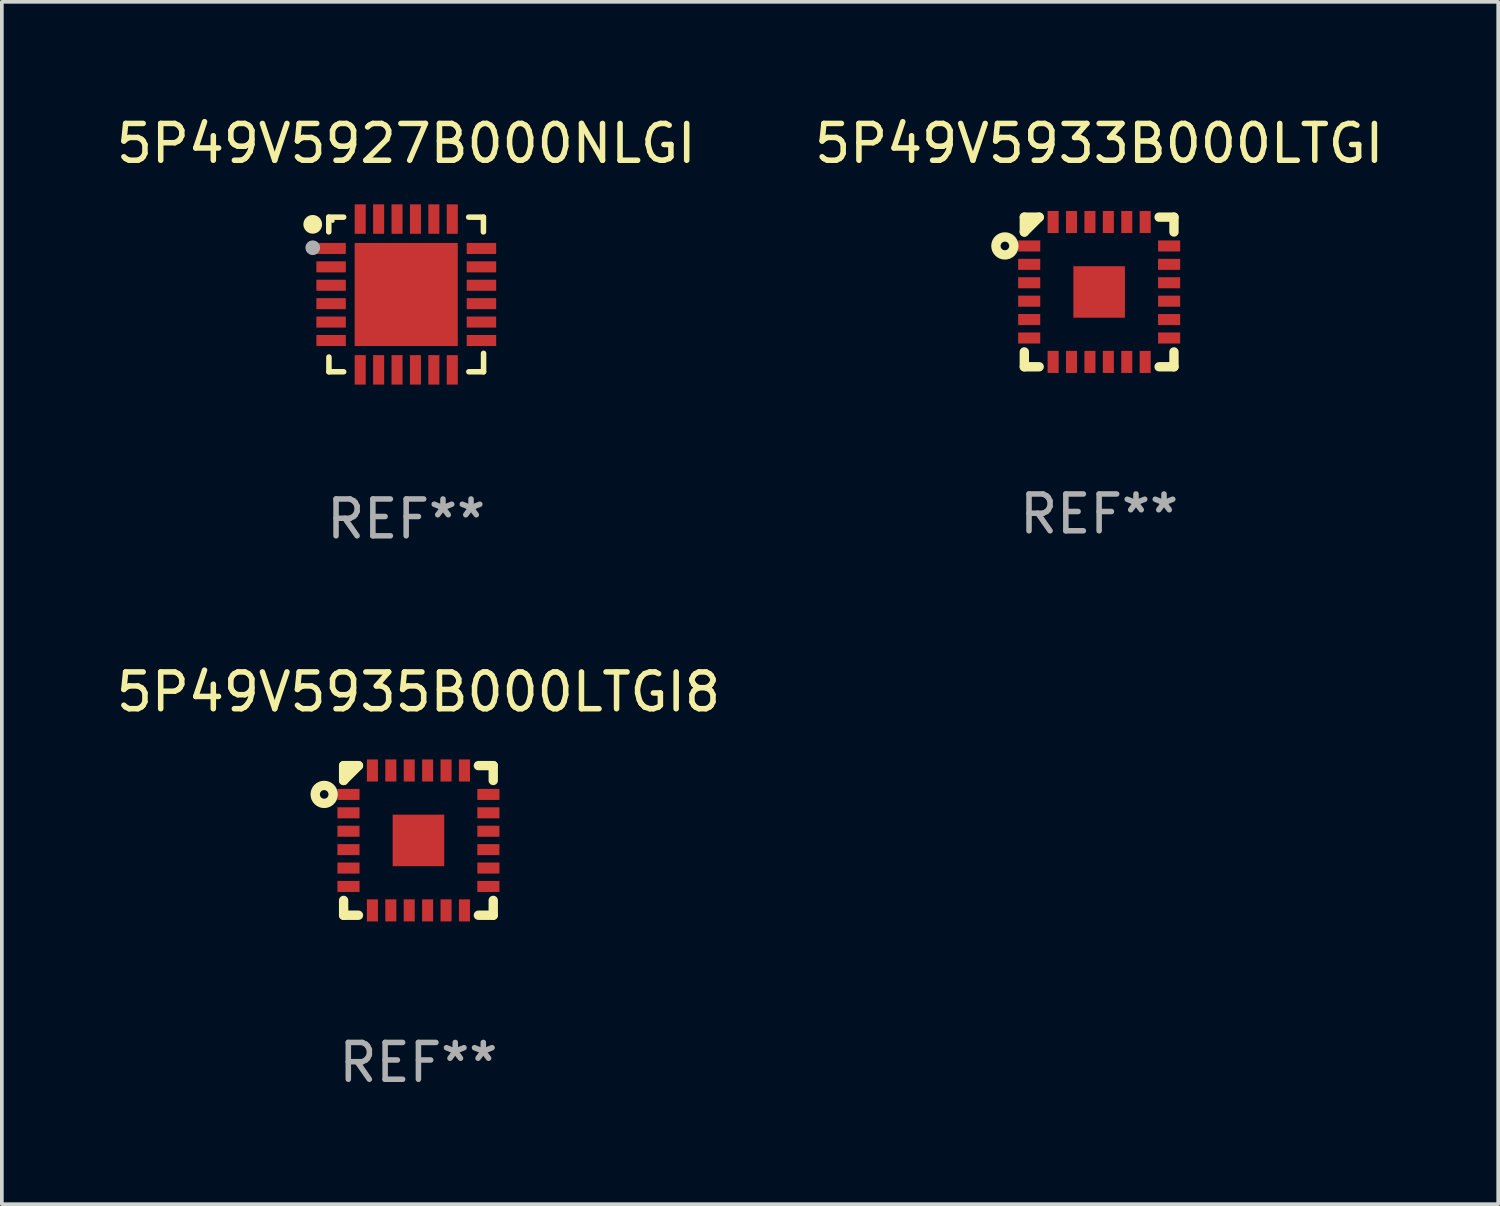
<source format=kicad_pcb>
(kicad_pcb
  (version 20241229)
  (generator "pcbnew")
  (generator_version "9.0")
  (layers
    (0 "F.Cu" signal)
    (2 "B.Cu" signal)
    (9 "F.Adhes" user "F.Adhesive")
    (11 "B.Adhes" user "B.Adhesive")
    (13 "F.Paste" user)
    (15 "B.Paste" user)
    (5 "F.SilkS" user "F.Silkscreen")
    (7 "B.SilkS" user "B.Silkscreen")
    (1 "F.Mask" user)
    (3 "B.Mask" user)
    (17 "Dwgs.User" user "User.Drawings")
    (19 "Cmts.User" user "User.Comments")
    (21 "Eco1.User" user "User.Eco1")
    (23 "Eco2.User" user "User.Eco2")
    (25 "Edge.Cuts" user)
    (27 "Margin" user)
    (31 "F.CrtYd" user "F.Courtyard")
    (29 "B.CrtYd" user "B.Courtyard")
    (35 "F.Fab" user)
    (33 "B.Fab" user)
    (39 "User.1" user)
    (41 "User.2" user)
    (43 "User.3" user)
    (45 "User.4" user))
  (footprint "5P49V5935B000LTGI8"
    (layer "F.Cu")
    (at 8.315 19.777)
    (property "Reference" "5P49V5935B000LTGI8" (at 0 -4.032 0) (layer "F.SilkS") (effects (font (size 1 1) (thickness 0.15))))
    (attr through_hole)
    (fp_line (start -2.032 -2.032) (end -2.032 -1.629) (stroke (width 0.254) (type solid)) (layer "F.SilkS"))
    (fp_line (start -2.032 -1.629) (end -1.629 -2.032) (stroke (width 0.254) (type solid)) (layer "F.SilkS"))
    (fp_line (start -2.032 1.629) (end -2.032 2.032) (stroke (width 0.254) (type solid)) (layer "F.SilkS"))
    (fp_line (start -2.032 2.032) (end -1.629 2.032) (stroke (width 0.254) (type solid)) (layer "F.SilkS"))
    (fp_line (start -1.629 -2.032) (end -2.032 -2.032) (stroke (width 0.254) (type solid)) (layer "F.SilkS"))
    (fp_line (start 1.629 2.032) (end 2.032 2.032) (stroke (width 0.254) (type solid)) (layer "F.SilkS"))
    (fp_line (start 2.032 -2.032) (end 1.629 -2.032) (stroke (width 0.254) (type solid)) (layer "F.SilkS"))
    (fp_line (start 2.032 -1.629) (end 2.032 -2.032) (stroke (width 0.254) (type solid)) (layer "F.SilkS"))
    (fp_line (start 2.032 2.032) (end 2.032 1.629) (stroke (width 0.254) (type solid)) (layer "F.SilkS"))
    (fp_circle (center -2.56 -1.25) (end -2.443 -1.25) (stroke (width 0.254) (type solid)) (fill no) (layer "F.SilkS"))
    (fp_text user "REF**" (at 0 6.032 0) (layer "F.Fab") (effects (font (size 1 1) (thickness 0.15))))
    (pad "1" smd rect (at -1.9 -1.25) (size 0.6 0.3) (layers "F.Cu" "F.Mask" "F.Paste"))
    (pad "2" smd rect (at -1.9 -0.75) (size 0.6 0.3) (layers "F.Cu" "F.Mask" "F.Paste"))
    (pad "3" smd rect (at -1.9 -0.25) (size 0.6 0.3) (layers "F.Cu" "F.Mask" "F.Paste"))
    (pad "4" smd rect (at -1.9 0.25) (size 0.6 0.3) (layers "F.Cu" "F.Mask" "F.Paste"))
    (pad "5" smd rect (at -1.9 0.75) (size 0.6 0.3) (layers "F.Cu" "F.Mask" "F.Paste"))
    (pad "6" smd rect (at -1.9 1.25) (size 0.6 0.3) (layers "F.Cu" "F.Mask" "F.Paste"))
    (pad "7" smd rect (at -1.25 1.9) (size 0.3 0.6) (layers "F.Cu" "F.Mask" "F.Paste"))
    (pad "8" smd rect (at -0.75 1.9) (size 0.3 0.6) (layers "F.Cu" "F.Mask" "F.Paste"))
    (pad "9" smd rect (at -0.25 1.9) (size 0.3 0.6) (layers "F.Cu" "F.Mask" "F.Paste"))
    (pad "10" smd rect (at 0.25 1.9) (size 0.3 0.6) (layers "F.Cu" "F.Mask" "F.Paste"))
    (pad "11" smd rect (at 0.75 1.9) (size 0.3 0.6) (layers "F.Cu" "F.Mask" "F.Paste"))
    (pad "12" smd rect (at 1.25 1.9) (size 0.3 0.6) (layers "F.Cu" "F.Mask" "F.Paste"))
    (pad "13" smd rect (at 1.9 1.25) (size 0.6 0.3) (layers "F.Cu" "F.Mask" "F.Paste"))
    (pad "14" smd rect (at 1.9 0.75) (size 0.6 0.3) (layers "F.Cu" "F.Mask" "F.Paste"))
    (pad "15" smd rect (at 1.9 0.25) (size 0.6 0.3) (layers "F.Cu" "F.Mask" "F.Paste"))
    (pad "16" smd rect (at 1.9 -0.25) (size 0.6 0.3) (layers "F.Cu" "F.Mask" "F.Paste"))
    (pad "17" smd rect (at 1.9 -0.75) (size 0.6 0.3) (layers "F.Cu" "F.Mask" "F.Paste"))
    (pad "18" smd rect (at 1.9 -1.25) (size 0.6 0.3) (layers "F.Cu" "F.Mask" "F.Paste"))
    (pad "19" smd rect (at 1.25 -1.9) (size 0.3 0.6) (layers "F.Cu" "F.Mask" "F.Paste"))
    (pad "20" smd rect (at 0.75 -1.9) (size 0.3 0.6) (layers "F.Cu" "F.Mask" "F.Paste"))
    (pad "21" smd rect (at 0.25 -1.9) (size 0.3 0.6) (layers "F.Cu" "F.Mask" "F.Paste"))
    (pad "22" smd rect (at -0.25 -1.9) (size 0.3 0.6) (layers "F.Cu" "F.Mask" "F.Paste"))
    (pad "23" smd rect (at -0.75 -1.9) (size 0.3 0.6) (layers "F.Cu" "F.Mask" "F.Paste"))
    (pad "24" smd rect (at -1.25 -1.9) (size 0.3 0.6) (layers "F.Cu" "F.Mask" "F.Paste"))
    (pad "25" smd rect (at -0.000025 0.000051) (size 1.4 1.4) (layers "F.Cu" "F.Mask" "F.Paste")))
  (footprint "5P49V5933B000LTGI"
    (layer "F.Cu")
    (at 26.804 4.88)
    (property "Reference" "5P49V5933B000LTGI" (at 0 -4.032 0) (layer "F.SilkS") (effects (font (size 1 1) (thickness 0.15))))
    (attr through_hole)
    (fp_line (start -2.032 -2.032) (end -2.032 -1.629) (stroke (width 0.254) (type solid)) (layer "F.SilkS"))
    (fp_line (start -2.032 -1.629) (end -1.629 -2.032) (stroke (width 0.254) (type solid)) (layer "F.SilkS"))
    (fp_line (start -2.032 1.629) (end -2.032 2.032) (stroke (width 0.254) (type solid)) (layer "F.SilkS"))
    (fp_line (start -2.032 2.032) (end -1.629 2.032) (stroke (width 0.254) (type solid)) (layer "F.SilkS"))
    (fp_line (start -1.629 -2.032) (end -2.032 -2.032) (stroke (width 0.254) (type solid)) (layer "F.SilkS"))
    (fp_line (start 1.629 2.032) (end 2.032 2.032) (stroke (width 0.254) (type solid)) (layer "F.SilkS"))
    (fp_line (start 2.032 -2.032) (end 1.629 -2.032) (stroke (width 0.254) (type solid)) (layer "F.SilkS"))
    (fp_line (start 2.032 -1.629) (end 2.032 -2.032) (stroke (width 0.254) (type solid)) (layer "F.SilkS"))
    (fp_line (start 2.032 2.032) (end 2.032 1.629) (stroke (width 0.254) (type solid)) (layer "F.SilkS"))
    (fp_circle (center -2.56 -1.25) (end -2.443 -1.25) (stroke (width 0.254) (type solid)) (fill no) (layer "F.SilkS"))
    (fp_text user "REF**" (at 0 6.032 0) (layer "F.Fab") (effects (font (size 1 1) (thickness 0.15))))
    (pad "1" smd rect (at -1.9 -1.25) (size 0.6 0.3) (layers "F.Cu" "F.Mask" "F.Paste"))
    (pad "2" smd rect (at -1.9 -0.75) (size 0.6 0.3) (layers "F.Cu" "F.Mask" "F.Paste"))
    (pad "3" smd rect (at -1.9 -0.25) (size 0.6 0.3) (layers "F.Cu" "F.Mask" "F.Paste"))
    (pad "4" smd rect (at -1.9 0.25) (size 0.6 0.3) (layers "F.Cu" "F.Mask" "F.Paste"))
    (pad "5" smd rect (at -1.9 0.75) (size 0.6 0.3) (layers "F.Cu" "F.Mask" "F.Paste"))
    (pad "6" smd rect (at -1.9 1.25) (size 0.6 0.3) (layers "F.Cu" "F.Mask" "F.Paste"))
    (pad "7" smd rect (at -1.25 1.9) (size 0.3 0.6) (layers "F.Cu" "F.Mask" "F.Paste"))
    (pad "8" smd rect (at -0.75 1.9) (size 0.3 0.6) (layers "F.Cu" "F.Mask" "F.Paste"))
    (pad "9" smd rect (at -0.25 1.9) (size 0.3 0.6) (layers "F.Cu" "F.Mask" "F.Paste"))
    (pad "10" smd rect (at 0.25 1.9) (size 0.3 0.6) (layers "F.Cu" "F.Mask" "F.Paste"))
    (pad "11" smd rect (at 0.75 1.9) (size 0.3 0.6) (layers "F.Cu" "F.Mask" "F.Paste"))
    (pad "12" smd rect (at 1.25 1.9) (size 0.3 0.6) (layers "F.Cu" "F.Mask" "F.Paste"))
    (pad "13" smd rect (at 1.9 1.25) (size 0.6 0.3) (layers "F.Cu" "F.Mask" "F.Paste"))
    (pad "14" smd rect (at 1.9 0.75) (size 0.6 0.3) (layers "F.Cu" "F.Mask" "F.Paste"))
    (pad "15" smd rect (at 1.9 0.25) (size 0.6 0.3) (layers "F.Cu" "F.Mask" "F.Paste"))
    (pad "16" smd rect (at 1.9 -0.25) (size 0.6 0.3) (layers "F.Cu" "F.Mask" "F.Paste"))
    (pad "17" smd rect (at 1.9 -0.75) (size 0.6 0.3) (layers "F.Cu" "F.Mask" "F.Paste"))
    (pad "18" smd rect (at 1.9 -1.25) (size 0.6 0.3) (layers "F.Cu" "F.Mask" "F.Paste"))
    (pad "19" smd rect (at 1.25 -1.9) (size 0.3 0.6) (layers "F.Cu" "F.Mask" "F.Paste"))
    (pad "20" smd rect (at 0.75 -1.9) (size 0.3 0.6) (layers "F.Cu" "F.Mask" "F.Paste"))
    (pad "21" smd rect (at 0.25 -1.9) (size 0.3 0.6) (layers "F.Cu" "F.Mask" "F.Paste"))
    (pad "22" smd rect (at -0.25 -1.9) (size 0.3 0.6) (layers "F.Cu" "F.Mask" "F.Paste"))
    (pad "23" smd rect (at -0.75 -1.9) (size 0.3 0.6) (layers "F.Cu" "F.Mask" "F.Paste"))
    (pad "24" smd rect (at -1.25 -1.9) (size 0.3 0.6) (layers "F.Cu" "F.Mask" "F.Paste"))
    (pad "25" smd rect (at -0.000025 0.000051) (size 1.4 1.4) (layers "F.Cu" "F.Mask" "F.Paste")))
  (footprint "5P49V5927B000NLGI"
    (layer "F.Cu")
    (at 7.982 4.948)
    (property "Reference" "5P49V5927B000NLGI" (at 0 -4.1 0) (layer "F.SilkS") (effects (font (size 1 1) (thickness 0.15))))
    (attr through_hole)
    (fp_line (start -2.102 -2.1) (end -1.698 -2.1) (stroke (width 0.15) (type solid)) (layer "F.SilkS"))
    (fp_line (start -2.102 -1.7) (end -2.102 -2.1) (stroke (width 0.15) (type solid)) (layer "F.SilkS"))
    (fp_line (start -2.098 1.7) (end -2.098 2.1) (stroke (width 0.15) (type solid)) (layer "F.SilkS"))
    (fp_line (start -2.098 2.1) (end -1.698 2.1) (stroke (width 0.15) (type solid)) (layer "F.SilkS"))
    (fp_line (start 1.698 -2.1) (end 2.098 -2.1) (stroke (width 0.15) (type solid)) (layer "F.SilkS"))
    (fp_line (start 2.098 -2.1) (end 2.098 -1.7) (stroke (width 0.15) (type solid)) (layer "F.SilkS"))
    (fp_line (start 2.102 1.6) (end 2.102 2.1) (stroke (width 0.15) (type solid)) (layer "F.SilkS"))
    (fp_line (start 2.102 2.1) (end 1.702 2.1) (stroke (width 0.15) (type solid)) (layer "F.SilkS"))
    (fp_circle (center -2.538 -1.905) (end -2.411 -1.905) (stroke (width 0.254) (type solid)) (fill no) (layer "F.SilkS"))
    (fp_circle (center -1.995 -1.996) (end -1.968 -1.996) (stroke (width 0.05) (type solid)) (fill no) (layer "F.SilkS"))
    (fp_circle (center -2.538 -1.27) (end -2.438 -1.27) (stroke (width 0.2) (type solid)) (fill no) (layer "F.Fab"))
    (fp_text user "REF**" (at 0 6.1 0) (layer "F.Fab") (effects (font (size 1 1) (thickness 0.15))))
    (pad "1" smd rect (at -2.039 -1.25) (size 0.8 0.3) (layers "F.Cu" "F.Mask" "F.Paste"))
    (pad "2" smd rect (at -2.039 -0.75) (size 0.8 0.3) (layers "F.Cu" "F.Mask" "F.Paste"))
    (pad "3" smd rect (at -2.039 -0.25) (size 0.8 0.3) (layers "F.Cu" "F.Mask" "F.Paste"))
    (pad "4" smd rect (at -2.039 0.25) (size 0.8 0.3) (layers "F.Cu" "F.Mask" "F.Paste"))
    (pad "5" smd rect (at -2.039 0.75) (size 0.8 0.3) (layers "F.Cu" "F.Mask" "F.Paste"))
    (pad "6" smd rect (at -2.039 1.25) (size 0.8 0.3) (layers "F.Cu" "F.Mask" "F.Paste"))
    (pad "7" smd rect (at -1.248 2.048) (size 0.3 0.8) (layers "F.Cu" "F.Mask" "F.Paste"))
    (pad "8" smd rect (at -0.748 2.048) (size 0.3 0.8) (layers "F.Cu" "F.Mask" "F.Paste"))
    (pad "9" smd rect (at -0.248 2.048) (size 0.3 0.8) (layers "F.Cu" "F.Mask" "F.Paste"))
    (pad "10" smd rect (at 0.252 2.048) (size 0.3 0.8) (layers "F.Cu" "F.Mask" "F.Paste"))
    (pad "11" smd rect (at 0.752 2.048) (size 0.3 0.8) (layers "F.Cu" "F.Mask" "F.Paste"))
    (pad "12" smd rect (at 1.252 2.048) (size 0.3 0.8) (layers "F.Cu" "F.Mask" "F.Paste"))
    (pad "13" smd rect (at 2.044 1.25) (size 0.8 0.3) (layers "F.Cu" "F.Mask" "F.Paste"))
    (pad "14" smd rect (at 2.044 0.75) (size 0.8 0.3) (layers "F.Cu" "F.Mask" "F.Paste"))
    (pad "15" smd rect (at 2.044 0.25) (size 0.8 0.3) (layers "F.Cu" "F.Mask" "F.Paste"))
    (pad "16" smd rect (at 2.044 -0.25) (size 0.8 0.3) (layers "F.Cu" "F.Mask" "F.Paste"))
    (pad "17" smd rect (at 2.044 -0.75) (size 0.8 0.3) (layers "F.Cu" "F.Mask" "F.Paste"))
    (pad "18" smd rect (at 2.044 -1.25) (size 0.8 0.3) (layers "F.Cu" "F.Mask" "F.Paste"))
    (pad "19" smd rect (at 1.252 -2.048) (size 0.3 0.8) (layers "F.Cu" "F.Mask" "F.Paste"))
    (pad "20" smd rect (at 0.752 -2.048) (size 0.3 0.8) (layers "F.Cu" "F.Mask" "F.Paste"))
    (pad "21" smd rect (at 0.252 -2.048) (size 0.3 0.8) (layers "F.Cu" "F.Mask" "F.Paste"))
    (pad "22" smd rect (at -0.248 -2.048) (size 0.3 0.8) (layers "F.Cu" "F.Mask" "F.Paste"))
    (pad "23" smd rect (at -0.748 -2.048) (size 0.3 0.8) (layers "F.Cu" "F.Mask" "F.Paste"))
    (pad "24" smd rect (at -1.248 -2.048) (size 0.3 0.8) (layers "F.Cu" "F.Mask" "F.Paste"))
    (pad "25" smd rect (at 0.001 0.001) (size 2.8 2.8) (layers "F.Cu" "F.Mask" "F.Paste")))
  (gr_rect
    (start -3 -3)
    (end 37.643 29.657)
    (stroke (width 0.1) (type default))
    (fill no)
    (layer "Edge.Cuts")))
</source>
